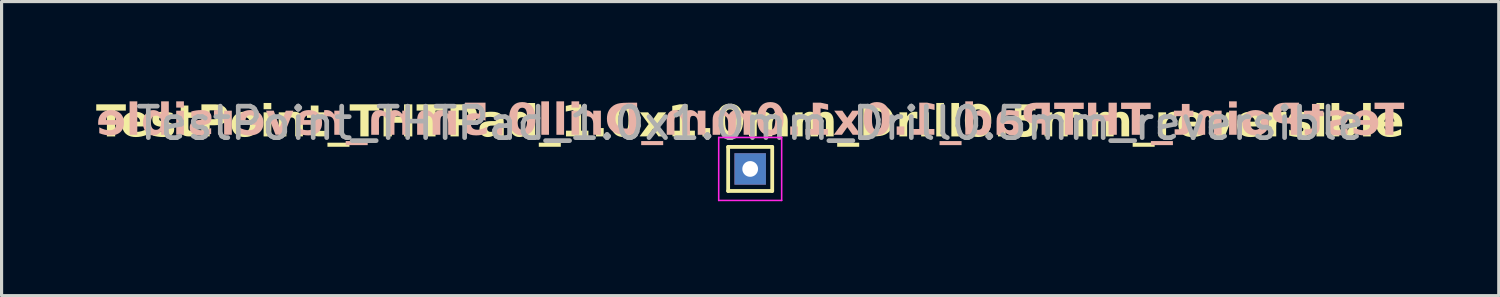
<source format=kicad_pcb>
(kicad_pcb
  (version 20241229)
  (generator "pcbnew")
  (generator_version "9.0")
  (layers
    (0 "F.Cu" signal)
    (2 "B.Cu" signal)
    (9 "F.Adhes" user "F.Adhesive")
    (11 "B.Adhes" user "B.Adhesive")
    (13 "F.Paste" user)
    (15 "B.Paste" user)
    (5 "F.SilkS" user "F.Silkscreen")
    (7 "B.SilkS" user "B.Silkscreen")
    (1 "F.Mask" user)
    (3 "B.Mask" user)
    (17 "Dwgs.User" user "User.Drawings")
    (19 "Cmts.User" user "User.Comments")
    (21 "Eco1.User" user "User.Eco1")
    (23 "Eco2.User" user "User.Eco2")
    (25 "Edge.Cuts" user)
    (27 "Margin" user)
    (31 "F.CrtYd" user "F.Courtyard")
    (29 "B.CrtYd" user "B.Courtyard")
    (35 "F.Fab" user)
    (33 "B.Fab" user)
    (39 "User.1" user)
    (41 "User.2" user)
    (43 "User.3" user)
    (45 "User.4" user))
  (footprint "TestPoint_THTPad_1.0x1.0mm_Drill0.5mm_reversible"
    (layer "F.Cu")
    (at 20.781 2.317)
    (property "Reference" "TestPoint_THTPad_1.0x1.0mm_Drill0.5mm_reversible" (at 0 -1.448 0) (layer "F.SilkS") (effects (font (face "Ubuntu Mono") (size 1 1) (thickness 0.2) (bold yes))))
    (attr exclude_from_pos_files)
    (fp_line (start -0.7 -0.7) (end 0.7 -0.7) (stroke (width 0.12) (type solid)) (layer "F.SilkS"))
    (fp_line (start -0.7 0.7) (end -0.7 -0.7) (stroke (width 0.12) (type solid)) (layer "F.SilkS"))
    (fp_line (start 0.7 -0.7) (end 0.7 0.7) (stroke (width 0.12) (type solid)) (layer "F.SilkS"))
    (fp_line (start 0.7 0.7) (end -0.7 0.7) (stroke (width 0.12) (type solid)) (layer "F.SilkS"))
    (fp_line (start -1 -1) (end -1 1) (stroke (width 0.05) (type solid)) (layer "F.CrtYd"))
    (fp_line (start -1 -1) (end 1 -1) (stroke (width 0.05) (type solid)) (layer "F.CrtYd"))
    (fp_line (start 1 1) (end -1 1) (stroke (width 0.05) (type solid)) (layer "F.CrtYd"))
    (fp_line (start 1 1) (end 1 -1) (stroke (width 0.05) (type solid)) (layer "F.CrtYd"))
    (fp_text user "${REFERENCE}" (at 0 -1.5 0) (unlocked yes) (layer "B.SilkS") (effects (font (face "Ubuntu Mono") (size 1 1) (thickness 0.2) (bold yes)) (justify mirror)))
    (fp_text user "${REFERENCE}" (at 0 -1.45 0) (layer "F.Fab") (effects (font (size 1 1) (thickness 0.15))))
    (pad "1" thru_hole rect (at 0 0) (size 1 1) (drill 0.5) (layers "*.Cu" "*.Mask")))
  (gr_rect
    (start -3 -3)
    (end 44.561 6.342)
    (stroke (width 0.1) (type default))
    (fill no)
    (layer "Edge.Cuts")))
</source>
